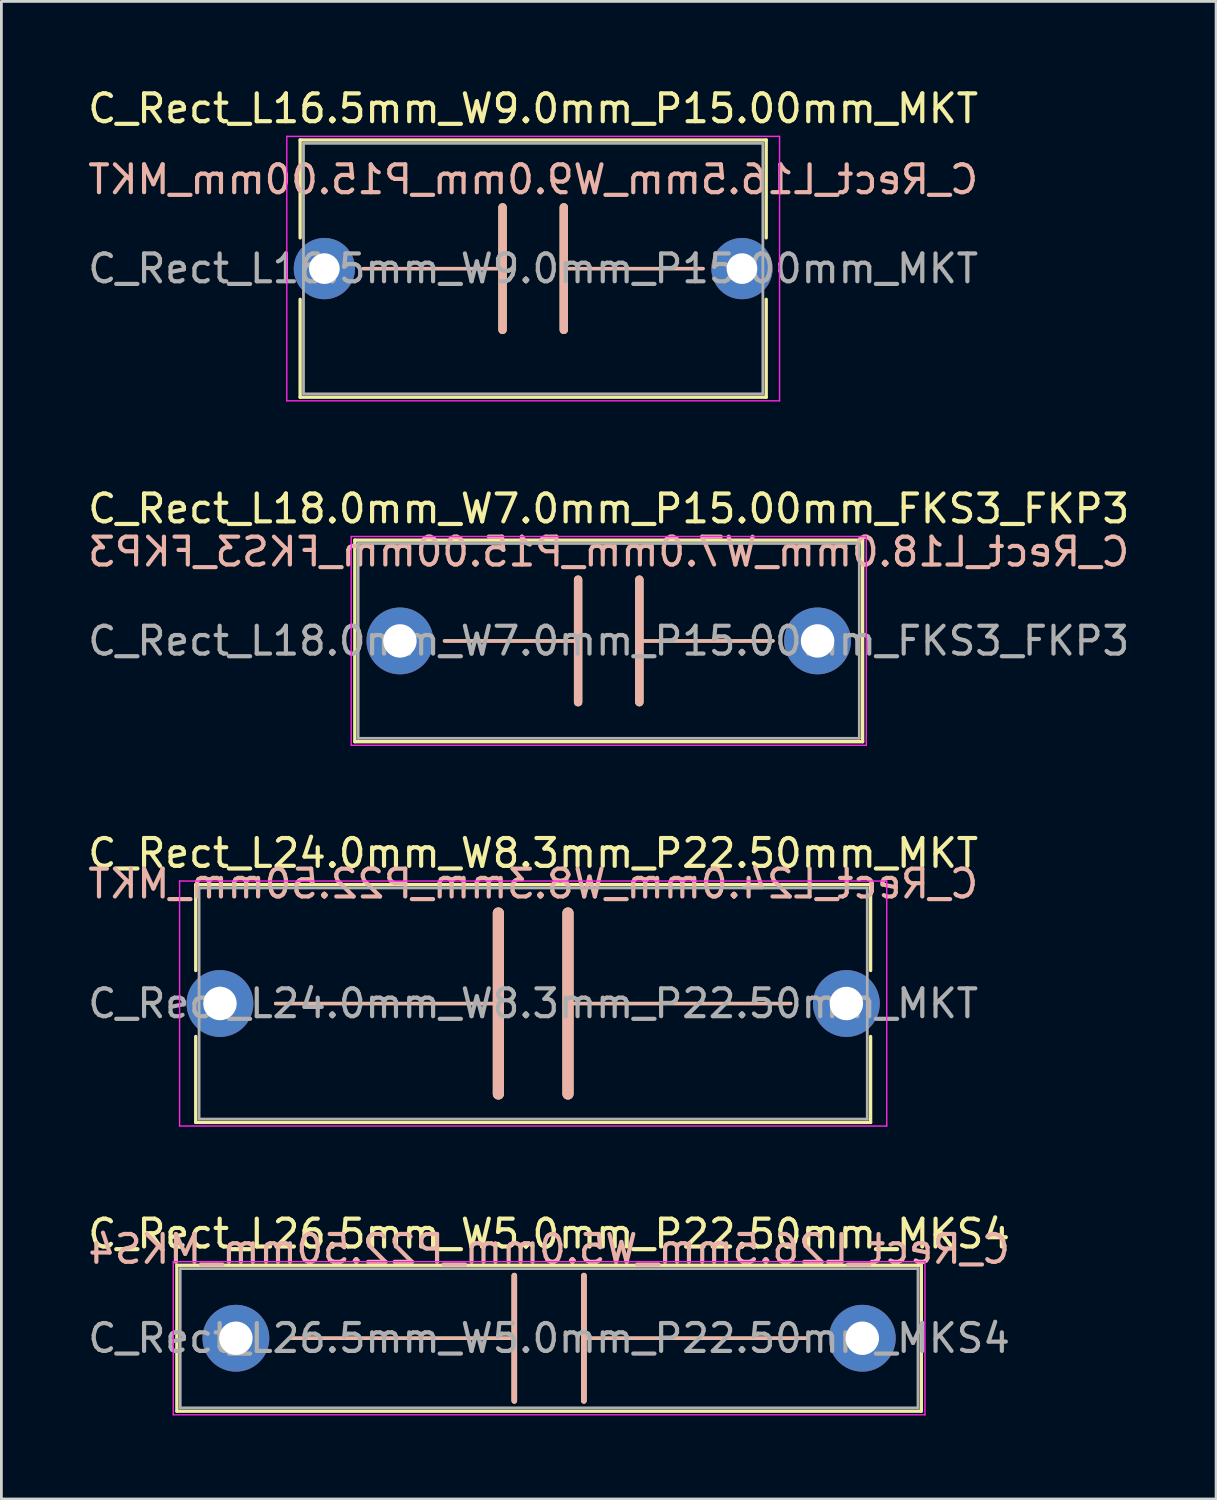
<source format=kicad_pcb>
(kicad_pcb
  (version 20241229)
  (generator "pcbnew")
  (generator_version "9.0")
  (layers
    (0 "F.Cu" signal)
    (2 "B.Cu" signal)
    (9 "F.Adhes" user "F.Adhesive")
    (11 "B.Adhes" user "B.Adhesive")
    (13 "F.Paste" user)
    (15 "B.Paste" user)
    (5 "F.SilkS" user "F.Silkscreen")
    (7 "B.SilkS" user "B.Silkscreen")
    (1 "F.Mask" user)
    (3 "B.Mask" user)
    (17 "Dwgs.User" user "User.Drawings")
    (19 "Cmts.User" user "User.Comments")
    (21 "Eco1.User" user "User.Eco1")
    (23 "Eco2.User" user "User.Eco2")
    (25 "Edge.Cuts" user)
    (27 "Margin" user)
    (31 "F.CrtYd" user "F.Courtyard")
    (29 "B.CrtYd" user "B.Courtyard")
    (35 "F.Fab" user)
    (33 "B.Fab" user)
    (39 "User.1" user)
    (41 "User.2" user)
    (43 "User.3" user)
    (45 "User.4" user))
  (footprint "C_Rect_L24.0mm_W8.3mm_P22.50mm_MKT"
    (layer "F.Cu")
    (at 4.851 32.995)
    (property "Reference" "C_Rect_L24.0mm_W8.3mm_P22.50mm_MKT" (at 11.25 -5.4 0) (layer "F.SilkS") (effects (font (size 1 1) (thickness 0.15))))
    (fp_line (start -0.87 -4.27) (end -0.87 -1.185) (stroke (width 0.12) (type solid)) (layer "F.SilkS"))
    (fp_line (start -0.87 -4.27) (end 23.37 -4.27) (stroke (width 0.12) (type solid)) (layer "F.SilkS"))
    (fp_line (start -0.87 1.185) (end -0.87 4.27) (stroke (width 0.12) (type solid)) (layer "F.SilkS"))
    (fp_line (start -0.87 4.27) (end 23.37 4.27) (stroke (width 0.12) (type solid)) (layer "F.SilkS"))
    (fp_line (start 2 0) (end 10 0) (stroke (width 0.12) (type solid)) (layer "F.SilkS"))
    (fp_line (start 10 -3.25) (end 10 3.25) (stroke (width 0.4) (type solid)) (layer "F.SilkS"))
    (fp_line (start 12.5 -3.25) (end 12.5 3.25) (stroke (width 0.4) (type solid)) (layer "F.SilkS"))
    (fp_line (start 12.5 0) (end 20.5 0) (stroke (width 0.12) (type solid)) (layer "F.SilkS"))
    (fp_line (start 23.37 -4.27) (end 23.37 -1.185) (stroke (width 0.12) (type solid)) (layer "F.SilkS"))
    (fp_line (start 23.37 1.185) (end 23.37 4.27) (stroke (width 0.12) (type solid)) (layer "F.SilkS"))
    (fp_line (start 2 0) (end 10 0) (stroke (width 0.12) (type solid)) (layer "B.SilkS"))
    (fp_line (start 10 3.25) (end 10 -3.25) (stroke (width 0.4) (type solid)) (layer "B.SilkS"))
    (fp_line (start 12.5 0) (end 20.5 0) (stroke (width 0.12) (type solid)) (layer "B.SilkS"))
    (fp_line (start 12.5 3.25) (end 12.5 -3.25) (stroke (width 0.4) (type solid)) (layer "B.SilkS"))
    (fp_line (start -1.45 -4.4) (end -1.45 4.4) (stroke (width 0.05) (type solid)) (layer "F.CrtYd"))
    (fp_line (start -1.45 4.4) (end 23.95 4.4) (stroke (width 0.05) (type solid)) (layer "F.CrtYd"))
    (fp_line (start 23.95 -4.4) (end -1.45 -4.4) (stroke (width 0.05) (type solid)) (layer "F.CrtYd"))
    (fp_line (start 23.95 4.4) (end 23.95 -4.4) (stroke (width 0.05) (type solid)) (layer "F.CrtYd"))
    (fp_line (start -0.75 -4.15) (end -0.75 4.15) (stroke (width 0.1) (type solid)) (layer "F.Fab"))
    (fp_line (start -0.75 4.15) (end 23.25 4.15) (stroke (width 0.1) (type solid)) (layer "F.Fab"))
    (fp_line (start 23.25 -4.15) (end -0.75 -4.15) (stroke (width 0.1) (type solid)) (layer "F.Fab"))
    (fp_line (start 23.25 4.15) (end 23.25 -4.15) (stroke (width 0.1) (type solid)) (layer "F.Fab"))
    (fp_text user "${REFERENCE}" (at 11.25 -4.3 0) (layer "B.SilkS") (effects (font (size 1 1) (thickness 0.15)) (justify mirror)))
    (fp_text user "${REFERENCE}" (at 11.25 0 0) (layer "F.Fab") (effects (font (size 1 1) (thickness 0.15))))
    (pad "1" thru_hole circle (at 0 0) (size 2.4 2.4) (drill 1.2) (layers "*.Cu" "*.Mask"))
    (pad "2" thru_hole circle (at 22.5 0) (size 2.4 2.4) (drill 1.2) (layers "*.Cu" "*.Mask")))
  (footprint "C_Rect_L16.5mm_W9.0mm_P15.00mm_MKT"
    (layer "F.Cu")
    (at 8.601 6.598)
    (property "Reference" "C_Rect_L16.5mm_W9.0mm_P15.00mm_MKT" (at 7.5 -5.75 0) (layer "F.SilkS") (effects (font (size 1 1) (thickness 0.15))))
    (fp_line (start -0.87 -4.62) (end -0.87 -1.104) (stroke (width 0.12) (type solid)) (layer "F.SilkS"))
    (fp_line (start -0.87 -4.62) (end 15.87 -4.62) (stroke (width 0.12) (type solid)) (layer "F.SilkS"))
    (fp_line (start -0.87 1.104) (end -0.87 4.62) (stroke (width 0.12) (type solid)) (layer "F.SilkS"))
    (fp_line (start -0.87 4.62) (end 15.87 4.62) (stroke (width 0.12) (type solid)) (layer "F.SilkS"))
    (fp_line (start 1.4 0) (end 6.4 0) (stroke (width 0.12) (type solid)) (layer "F.SilkS"))
    (fp_line (start 6.4 -2.2) (end 6.4 2.2) (stroke (width 0.3) (type solid)) (layer "F.SilkS"))
    (fp_line (start 8.6 -2.2) (end 8.6 2.2) (stroke (width 0.3) (type solid)) (layer "F.SilkS"))
    (fp_line (start 8.6 0) (end 13.6 0) (stroke (width 0.12) (type solid)) (layer "F.SilkS"))
    (fp_line (start 15.87 -4.62) (end 15.87 -1.104) (stroke (width 0.12) (type solid)) (layer "F.SilkS"))
    (fp_line (start 15.87 1.104) (end 15.87 4.62) (stroke (width 0.12) (type solid)) (layer "F.SilkS"))
    (fp_line (start 1.4 0) (end 6.4 0) (stroke (width 0.12) (type solid)) (layer "B.SilkS"))
    (fp_line (start 6.4 2.2) (end 6.4 -2.2) (stroke (width 0.3) (type solid)) (layer "B.SilkS"))
    (fp_line (start 8.6 0) (end 13.6 0) (stroke (width 0.12) (type solid)) (layer "B.SilkS"))
    (fp_line (start 8.6 2.2) (end 8.6 -2.2) (stroke (width 0.3) (type solid)) (layer "B.SilkS"))
    (fp_line (start -1.35 -4.75) (end -1.35 4.75) (stroke (width 0.05) (type solid)) (layer "F.CrtYd"))
    (fp_line (start -1.35 4.75) (end 16.35 4.75) (stroke (width 0.05) (type solid)) (layer "F.CrtYd"))
    (fp_line (start 16.35 -4.75) (end -1.35 -4.75) (stroke (width 0.05) (type solid)) (layer "F.CrtYd"))
    (fp_line (start 16.35 4.75) (end 16.35 -4.75) (stroke (width 0.05) (type solid)) (layer "F.CrtYd"))
    (fp_line (start -0.75 -4.5) (end -0.75 4.5) (stroke (width 0.1) (type solid)) (layer "F.Fab"))
    (fp_line (start -0.75 4.5) (end 15.75 4.5) (stroke (width 0.1) (type solid)) (layer "F.Fab"))
    (fp_line (start 15.75 -4.5) (end -0.75 -4.5) (stroke (width 0.1) (type solid)) (layer "F.Fab"))
    (fp_line (start 15.75 4.5) (end 15.75 -4.5) (stroke (width 0.1) (type solid)) (layer "F.Fab"))
    (fp_text user "${REFERENCE}" (at 7.5 -3.2 0) (layer "B.SilkS") (effects (font (size 1 1) (thickness 0.15)) (justify mirror)))
    (fp_text user "${REFERENCE}" (at 7.5 0 0) (layer "F.Fab") (effects (font (size 1 1) (thickness 0.15))))
    (pad "1" thru_hole circle (at 0 0) (size 2.2 2.2) (drill 1.1) (layers "*.Cu" "*.Mask"))
    (pad "2" thru_hole circle (at 15 0) (size 2.2 2.2) (drill 1.1) (layers "*.Cu" "*.Mask")))
  (footprint "C_Rect_L18.0mm_W7.0mm_P15.00mm_FKS3_FKP3"
    (layer "F.Cu")
    (at 11.315 19.971)
    (property "Reference" "C_Rect_L18.0mm_W7.0mm_P15.00mm_FKS3_FKP3" (at 7.5 -4.75 0) (layer "F.SilkS") (effects (font (size 1 1) (thickness 0.15))))
    (fp_line (start -1.62 -3.62) (end -1.62 3.62) (stroke (width 0.12) (type solid)) (layer "F.SilkS"))
    (fp_line (start -1.62 -3.62) (end 16.62 -3.62) (stroke (width 0.12) (type solid)) (layer "F.SilkS"))
    (fp_line (start -1.62 3.62) (end 16.62 3.62) (stroke (width 0.12) (type solid)) (layer "F.SilkS"))
    (fp_line (start 1.6 0) (end 6.4 0) (stroke (width 0.12) (type solid)) (layer "F.SilkS"))
    (fp_line (start 6.4 -2.2) (end 6.4 2.2) (stroke (width 0.3) (type solid)) (layer "F.SilkS"))
    (fp_line (start 8.6 -2.2) (end 8.6 2.2) (stroke (width 0.3) (type solid)) (layer "F.SilkS"))
    (fp_line (start 8.6 0) (end 13.4 0) (stroke (width 0.12) (type solid)) (layer "F.SilkS"))
    (fp_line (start 16.62 -3.62) (end 16.62 3.62) (stroke (width 0.12) (type solid)) (layer "F.SilkS"))
    (fp_line (start 1.6 0) (end 6.4 0) (stroke (width 0.12) (type solid)) (layer "B.SilkS"))
    (fp_line (start 6.4 2.2) (end 6.4 -2.2) (stroke (width 0.3) (type solid)) (layer "B.SilkS"))
    (fp_line (start 8.6 0) (end 13.4 0) (stroke (width 0.12) (type solid)) (layer "B.SilkS"))
    (fp_line (start 8.6 2.2) (end 8.6 -2.2) (stroke (width 0.3) (type solid)) (layer "B.SilkS"))
    (fp_line (start -1.75 -3.75) (end -1.75 3.75) (stroke (width 0.05) (type solid)) (layer "F.CrtYd"))
    (fp_line (start -1.75 3.75) (end 16.75 3.75) (stroke (width 0.05) (type solid)) (layer "F.CrtYd"))
    (fp_line (start 16.75 -3.75) (end -1.75 -3.75) (stroke (width 0.05) (type solid)) (layer "F.CrtYd"))
    (fp_line (start 16.75 3.75) (end 16.75 -3.75) (stroke (width 0.05) (type solid)) (layer "F.CrtYd"))
    (fp_line (start -1.5 -3.5) (end -1.5 3.5) (stroke (width 0.1) (type solid)) (layer "F.Fab"))
    (fp_line (start -1.5 3.5) (end 16.5 3.5) (stroke (width 0.1) (type solid)) (layer "F.Fab"))
    (fp_line (start 16.5 -3.5) (end -1.5 -3.5) (stroke (width 0.1) (type solid)) (layer "F.Fab"))
    (fp_line (start 16.5 3.5) (end 16.5 -3.5) (stroke (width 0.1) (type solid)) (layer "F.Fab"))
    (fp_text user "${REFERENCE}" (at 7.5 -3.2 0) (layer "B.SilkS") (effects (font (size 1 1) (thickness 0.15)) (justify mirror)))
    (fp_text user "${REFERENCE}" (at 7.5 0 0) (layer "F.Fab") (effects (font (size 1 1) (thickness 0.15))))
    (pad "1" thru_hole circle (at 0 0) (size 2.4 2.4) (drill 1.2) (layers "*.Cu" "*.Mask"))
    (pad "2" thru_hole circle (at 15 0) (size 2.4 2.4) (drill 1.2) (layers "*.Cu" "*.Mask")))
  (footprint "C_Rect_L26.5mm_W5.0mm_P22.50mm_MKS4"
    (layer "F.Cu")
    (at 5.423 45.018)
    (property "Reference" "C_Rect_L26.5mm_W5.0mm_P22.50mm_MKS4" (at 11.25 -3.75 0) (layer "F.SilkS") (effects (font (size 1 1) (thickness 0.15))))
    (fp_line (start -2.12 -2.62) (end -2.12 2.62) (stroke (width 0.12) (type solid)) (layer "F.SilkS"))
    (fp_line (start -2.12 -2.62) (end 24.62 -2.62) (stroke (width 0.12) (type solid)) (layer "F.SilkS"))
    (fp_line (start -2.12 2.62) (end 24.62 2.62) (stroke (width 0.12) (type solid)) (layer "F.SilkS"))
    (fp_line (start 2 0) (end 10 0) (stroke (width 0.12) (type solid)) (layer "F.SilkS"))
    (fp_line (start 10 -2.25) (end 10 2.25) (stroke (width 0.2) (type solid)) (layer "F.SilkS"))
    (fp_line (start 12.5 -2.25) (end 12.5 2.25) (stroke (width 0.2) (type solid)) (layer "F.SilkS"))
    (fp_line (start 12.5 0) (end 20.5 0) (stroke (width 0.12) (type solid)) (layer "F.SilkS"))
    (fp_line (start 24.62 -2.62) (end 24.62 2.62) (stroke (width 0.12) (type solid)) (layer "F.SilkS"))
    (fp_line (start 2 0) (end 10 0) (stroke (width 0.12) (type solid)) (layer "B.SilkS"))
    (fp_line (start 10 2.25) (end 10 -2.25) (stroke (width 0.2) (type solid)) (layer "B.SilkS"))
    (fp_line (start 12.5 0) (end 20.5 0) (stroke (width 0.12) (type solid)) (layer "B.SilkS"))
    (fp_line (start 12.5 2.25) (end 12.5 -2.25) (stroke (width 0.2) (type solid)) (layer "B.SilkS"))
    (fp_line (start -2.25 -2.75) (end -2.25 2.75) (stroke (width 0.05) (type solid)) (layer "F.CrtYd"))
    (fp_line (start -2.25 2.75) (end 24.75 2.75) (stroke (width 0.05) (type solid)) (layer "F.CrtYd"))
    (fp_line (start 24.75 -2.75) (end -2.25 -2.75) (stroke (width 0.05) (type solid)) (layer "F.CrtYd"))
    (fp_line (start 24.75 2.75) (end 24.75 -2.75) (stroke (width 0.05) (type solid)) (layer "F.CrtYd"))
    (fp_line (start -2 -2.5) (end -2 2.5) (stroke (width 0.1) (type solid)) (layer "F.Fab"))
    (fp_line (start -2 2.5) (end 24.5 2.5) (stroke (width 0.1) (type solid)) (layer "F.Fab"))
    (fp_line (start 24.5 -2.5) (end -2 -2.5) (stroke (width 0.1) (type solid)) (layer "F.Fab"))
    (fp_line (start 24.5 2.5) (end 24.5 -2.5) (stroke (width 0.1) (type solid)) (layer "F.Fab"))
    (fp_text user "${REFERENCE}" (at 11.25 -3.2 0) (layer "B.SilkS") (effects (font (size 1 1) (thickness 0.15)) (justify mirror)))
    (fp_text user "${REFERENCE}" (at 11.25 0 0) (layer "F.Fab") (effects (font (size 1 1) (thickness 0.15))))
    (pad "1" thru_hole circle (at 0 0) (size 2.4 2.4) (drill 1.2) (layers "*.Cu" "*.Mask"))
    (pad "2" thru_hole circle (at 22.5 0) (size 2.4 2.4) (drill 1.2) (layers "*.Cu" "*.Mask")))
  (gr_rect
    (start -3 -3)
    (end 40.631 50.793)
    (stroke (width 0.1) (type default))
    (fill no)
    (layer "Edge.Cuts")))
</source>
